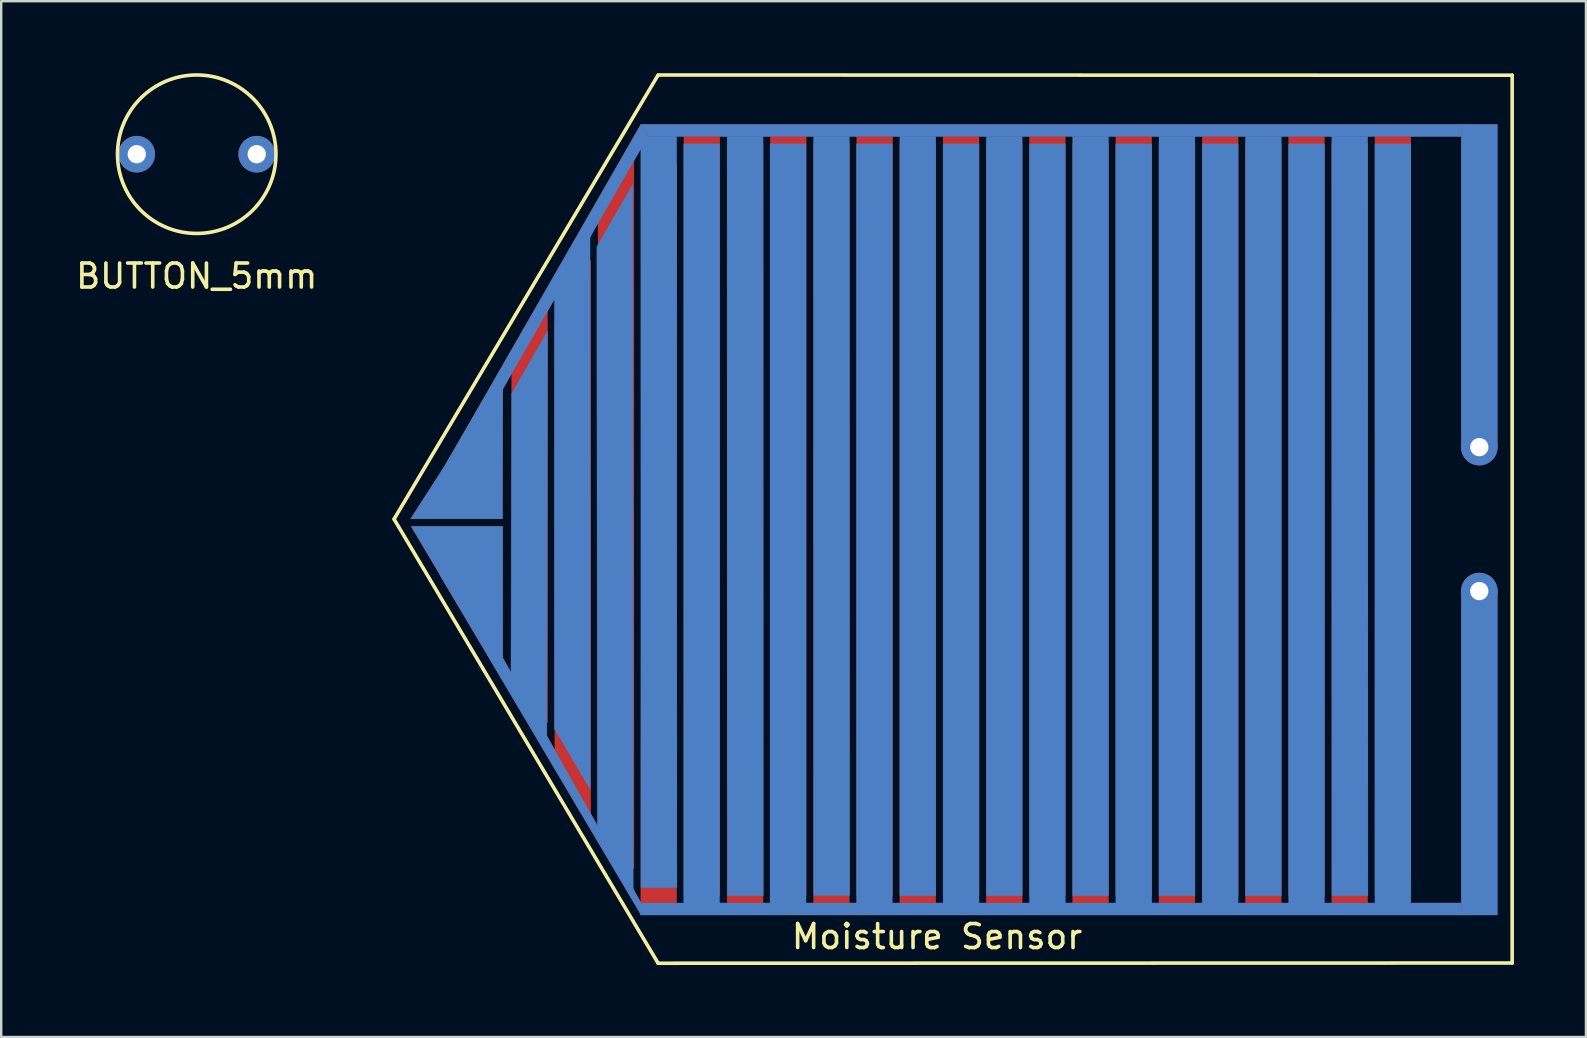
<source format=kicad_pcb>
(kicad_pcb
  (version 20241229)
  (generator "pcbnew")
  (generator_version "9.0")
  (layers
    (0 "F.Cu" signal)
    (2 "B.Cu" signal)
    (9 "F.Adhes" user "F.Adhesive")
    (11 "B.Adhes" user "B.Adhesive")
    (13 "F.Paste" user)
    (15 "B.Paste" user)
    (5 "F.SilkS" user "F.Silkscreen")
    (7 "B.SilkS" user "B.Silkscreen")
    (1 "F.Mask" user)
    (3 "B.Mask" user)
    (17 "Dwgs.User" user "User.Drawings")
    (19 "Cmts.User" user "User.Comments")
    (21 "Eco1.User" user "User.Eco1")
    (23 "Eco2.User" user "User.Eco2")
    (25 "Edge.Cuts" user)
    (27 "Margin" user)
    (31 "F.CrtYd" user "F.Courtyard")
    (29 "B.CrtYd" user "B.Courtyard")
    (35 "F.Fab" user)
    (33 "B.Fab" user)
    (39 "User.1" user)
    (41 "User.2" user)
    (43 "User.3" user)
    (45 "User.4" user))
  (footprint "Moisture Sensor"
    (layer "F.Cu")
    (at 34.773 16.985)
    (property "Reference" "Moisture Sensor" (at 1.23 19 0) (layer "F.SilkS") (effects (font (size 1 1) (thickness 0.15))))
    (attr through_hole)
    (fp_poly (pts (xy -16.87 8.32) (xy -20.69 1.9) (xy -16.87 1.9)) (stroke (width 0.01) (type solid)) (fill yes) (layer "F.Cu"))
    (fp_poly (pts (xy -19.3 -0.6) (xy -20.71 1.59) (xy -16.88 1.59) (xy -16.87 -4.76)) (stroke (width 0.01) (type solid)) (fill yes) (layer "F.Cu"))
    (fp_poly (pts (xy -16.5 7.4) (xy -15 10.1) (xy -15 -7.6) (xy -16.5 -5.1)) (stroke (width 0.01) (type solid)) (fill yes) (layer "F.Cu"))
    (fp_poly (pts (xy -14.7 11.7) (xy -13.2 14.2) (xy -13.2 -9.2) (xy -14.7 -6.61)) (stroke (width 0.01) (type solid)) (fill yes) (layer "F.Cu"))
    (fp_poly (pts (xy -12.9 13.5) (xy -11.4 16.2) (xy -11.4 -13.8) (xy -12.9 -11.3)) (stroke (width 0.01) (type solid)) (fill yes) (layer "F.Cu"))
    (fp_poly (pts (xy -11.13 18.1) (xy 23.08 18.1) (xy 23.08 17.6) (xy -11.13 17.6)) (stroke (width 0.01) (type solid)) (fill yes) (layer "F.Cu"))
    (fp_poly (pts (xy -11.12 17.69) (xy -9.62 17.69) (xy -9.61 -13.19) (xy -11.08 -13.19)) (stroke (width 0.01) (type solid)) (fill yes) (layer "F.Cu"))
    (fp_poly (pts (xy -11.1 17.6) (xy -11.1 18.1) (xy -19.5 3.9) (xy -19 3.6)) (stroke (width 0.01) (type solid)) (fill yes) (layer "F.Cu"))
    (fp_poly (pts (xy -10.82 -14.35) (xy -11.12 -14.84) (xy -19.52 -0.2) (xy -19.12 0.1)) (stroke (width 0.01) (type solid)) (fill yes) (layer "F.Cu"))
    (fp_poly (pts (xy -10.61 -14.35) (xy 23.08 -14.35) (xy 23.08 -14.85) (xy -10.61 -14.85)) (stroke (width 0.01) (type solid)) (fill yes) (layer "F.Cu"))
    (fp_poly (pts (xy -9.32 17.3) (xy -7.82 17.3) (xy -7.82 -14.35) (xy -9.32 -14.35)) (stroke (width 0.01) (type solid)) (fill yes) (layer "F.Cu"))
    (fp_poly (pts (xy -7.52 17.69) (xy -6.02 17.69) (xy -6.02 -14.06) (xy -7.52 -14.06)) (stroke (width 0.01) (type solid)) (fill yes) (layer "F.Cu"))
    (fp_poly (pts (xy -5.72 17.3) (xy -4.22 17.3) (xy -4.22 -14.35) (xy -5.72 -14.35)) (stroke (width 0.01) (type solid)) (fill yes) (layer "F.Cu"))
    (fp_poly (pts (xy -3.92 17.69) (xy -2.42 17.69) (xy -2.42 -14.06) (xy -3.92 -14.06)) (stroke (width 0.01) (type solid)) (fill yes) (layer "F.Cu"))
    (fp_poly (pts (xy -2.12 17.3) (xy -0.62 17.3) (xy -0.62 -14.35) (xy -2.12 -14.35)) (stroke (width 0.01) (type solid)) (fill yes) (layer "F.Cu"))
    (fp_poly (pts (xy -0.32 17.69) (xy 1.18 17.69) (xy 1.18 -14.06) (xy -0.32 -14.06)) (stroke (width 0.01) (type solid)) (fill yes) (layer "F.Cu"))
    (fp_poly (pts (xy 1.48 17.3) (xy 2.98 17.3) (xy 2.98 -14.35) (xy 1.48 -14.35)) (stroke (width 0.01) (type solid)) (fill yes) (layer "F.Cu"))
    (fp_poly (pts (xy 3.28 17.69) (xy 4.78 17.69) (xy 4.78 -14.06) (xy 3.28 -14.06)) (stroke (width 0.01) (type solid)) (fill yes) (layer "F.Cu"))
    (fp_poly (pts (xy 5.08 17.3) (xy 6.58 17.3) (xy 6.58 -14.35) (xy 5.08 -14.35)) (stroke (width 0.01) (type solid)) (fill yes) (layer "F.Cu"))
    (fp_poly (pts (xy 6.88 17.7) (xy 8.38 17.7) (xy 8.38 -14.05) (xy 6.88 -14.05)) (stroke (width 0.01) (type solid)) (fill yes) (layer "F.Cu"))
    (fp_poly (pts (xy 8.68 17.3) (xy 10.18 17.3) (xy 10.18 -14.35) (xy 8.68 -14.35)) (stroke (width 0.01) (type solid)) (fill yes) (layer "F.Cu"))
    (fp_poly (pts (xy 10.48 17.7) (xy 11.98 17.7) (xy 11.98 -14.05) (xy 10.48 -14.05)) (stroke (width 0.01) (type solid)) (fill yes) (layer "F.Cu"))
    (fp_poly (pts (xy 12.28 17.3) (xy 13.78 17.3) (xy 13.78 -14.35) (xy 12.28 -14.35)) (stroke (width 0.01) (type solid)) (fill yes) (layer "F.Cu"))
    (fp_poly (pts (xy 14.08 17.7) (xy 15.58 17.7) (xy 15.58 -14.05) (xy 14.08 -14.05)) (stroke (width 0.01) (type solid)) (fill yes) (layer "F.Cu"))
    (fp_poly (pts (xy 15.88 17.3) (xy 17.38 17.3) (xy 17.38 -14.35) (xy 15.88 -14.35)) (stroke (width 0.01) (type solid)) (fill yes) (layer "F.Cu"))
    (fp_poly (pts (xy 17.68 17.7) (xy 19.18 17.7) (xy 19.18 -14.05) (xy 17.68 -14.05)) (stroke (width 0.01) (type solid)) (fill yes) (layer "F.Cu"))
    (fp_poly (pts (xy 19.48 17.3) (xy 20.98 17.3) (xy 20.98 -14.35) (xy 19.48 -14.35)) (stroke (width 0.01) (type solid)) (fill yes) (layer "F.Cu"))
    (fp_poly (pts (xy 23.08 -1.4) (xy 24.58 -1.4) (xy 24.58 -14.85) (xy 23.08 -14.85)) (stroke (width 0.01) (type solid)) (fill yes) (layer "F.Cu"))
    (fp_poly (pts (xy 23.08 18.1) (xy 24.58 18.1) (xy 24.58 4.55) (xy 23.08 4.55)) (stroke (width 0.01) (type solid)) (fill yes) (layer "F.Cu"))
    (fp_poly (pts (xy -10.82 -14.35) (xy -10.61 -14.35) (xy -10.61 -14.85) (xy -11.12 -14.85) (xy -11.13 -14.83)) (stroke (width 0.01) (type solid)) (fill yes) (layer "F.Cu"))
    (fp_poly (pts (xy -16.87 8.32) (xy -20.69 1.9) (xy -16.87 1.9)) (stroke (width 0.01) (type solid)) (fill yes) (layer "B.Cu"))
    (fp_poly (pts (xy -19.3 -0.6) (xy -20.71 1.59) (xy -16.88 1.59) (xy -16.87 -4.76)) (stroke (width 0.01) (type solid)) (fill yes) (layer "B.Cu"))
    (fp_poly (pts (xy -16.53 8.45) (xy -15.03 11.04) (xy -15 -6.24) (xy -16.5 -3.63)) (stroke (width 0.01) (type solid)) (fill yes) (layer "B.Cu"))
    (fp_poly (pts (xy -14.72 10.33) (xy -13.22 12.87) (xy -13.23 -10.46) (xy -14.72 -7.99)) (stroke (width 0.01) (type solid)) (fill yes) (layer "B.Cu"))
    (fp_poly (pts (xy -12.93 14.75) (xy -11.43 17.34) (xy -11.45 -12.36) (xy -12.95 -9.75)) (stroke (width 0.01) (type solid)) (fill yes) (layer "B.Cu"))
    (fp_poly (pts (xy -11.13 18.1) (xy 23.08 18.1) (xy 23.08 17.6) (xy -11.13 17.6)) (stroke (width 0.01) (type solid)) (fill yes) (layer "B.Cu"))
    (fp_poly (pts (xy -11.11 16.96) (xy -9.61 16.96) (xy -9.62 -14.35) (xy -11.12 -14.35)) (stroke (width 0.01) (type solid)) (fill yes) (layer "B.Cu"))
    (fp_poly (pts (xy -11.11 17.59) (xy -11.11 18.09) (xy -19.51 3.89) (xy -19.01 3.59)) (stroke (width 0.01) (type solid)) (fill yes) (layer "B.Cu"))
    (fp_poly (pts (xy -10.82 -14.35) (xy -11.12 -14.84) (xy -19.52 -0.2) (xy -19.12 0.1)) (stroke (width 0.01) (type solid)) (fill yes) (layer "B.Cu"))
    (fp_poly (pts (xy -10.61 -14.35) (xy 23.08 -14.35) (xy 23.08 -14.85) (xy -10.61 -14.85)) (stroke (width 0.01) (type solid)) (fill yes) (layer "B.Cu"))
    (fp_poly (pts (xy -9.33 17.6) (xy -7.83 17.6) (xy -7.83 -14.04) (xy -9.33 -14.04)) (stroke (width 0.01) (type solid)) (fill yes) (layer "B.Cu"))
    (fp_poly (pts (xy -7.51 17.3) (xy -6.01 17.3) (xy -6.02 -14.35) (xy -7.52 -14.35)) (stroke (width 0.01) (type solid)) (fill yes) (layer "B.Cu"))
    (fp_poly (pts (xy -5.73 17.6) (xy -4.23 17.6) (xy -4.23 -14.04) (xy -5.73 -14.04)) (stroke (width 0.01) (type solid)) (fill yes) (layer "B.Cu"))
    (fp_poly (pts (xy -3.91 17.29) (xy -2.41 17.29) (xy -2.42 -14.35) (xy -3.92 -14.35)) (stroke (width 0.01) (type solid)) (fill yes) (layer "B.Cu"))
    (fp_poly (pts (xy -2.13 17.6) (xy -0.63 17.6) (xy -0.63 -14.04) (xy -2.13 -14.04)) (stroke (width 0.01) (type solid)) (fill yes) (layer "B.Cu"))
    (fp_poly (pts (xy -0.32 17.3) (xy 1.18 17.3) (xy 1.18 -14.35) (xy -0.32 -14.35)) (stroke (width 0.01) (type solid)) (fill yes) (layer "B.Cu"))
    (fp_poly (pts (xy 1.48 17.6) (xy 2.98 17.6) (xy 2.98 -14.04) (xy 1.48 -14.04)) (stroke (width 0.01) (type solid)) (fill yes) (layer "B.Cu"))
    (fp_poly (pts (xy 3.28 17.3) (xy 4.78 17.3) (xy 4.78 -14.35) (xy 3.28 -14.35)) (stroke (width 0.01) (type solid)) (fill yes) (layer "B.Cu"))
    (fp_poly (pts (xy 5.08 17.6) (xy 6.58 17.6) (xy 6.58 -14.04) (xy 5.08 -14.04)) (stroke (width 0.01) (type solid)) (fill yes) (layer "B.Cu"))
    (fp_poly (pts (xy 6.88 17.3) (xy 8.38 17.3) (xy 8.38 -14.35) (xy 6.88 -14.35)) (stroke (width 0.01) (type solid)) (fill yes) (layer "B.Cu"))
    (fp_poly (pts (xy 8.68 17.6) (xy 10.18 17.6) (xy 10.18 -14.04) (xy 8.68 -14.04)) (stroke (width 0.01) (type solid)) (fill yes) (layer "B.Cu"))
    (fp_poly (pts (xy 10.48 17.3) (xy 11.98 17.3) (xy 11.98 -14.35) (xy 10.48 -14.35)) (stroke (width 0.01) (type solid)) (fill yes) (layer "B.Cu"))
    (fp_poly (pts (xy 12.28 17.6) (xy 13.78 17.6) (xy 13.78 -14.04) (xy 12.28 -14.04)) (stroke (width 0.01) (type solid)) (fill yes) (layer "B.Cu"))
    (fp_poly (pts (xy 14.08 17.3) (xy 15.58 17.3) (xy 15.58 -14.35) (xy 14.08 -14.35)) (stroke (width 0.01) (type solid)) (fill yes) (layer "B.Cu"))
    (fp_poly (pts (xy 15.88 17.6) (xy 17.38 17.6) (xy 17.38 -14.04) (xy 15.88 -14.04)) (stroke (width 0.01) (type solid)) (fill yes) (layer "B.Cu"))
    (fp_poly (pts (xy 17.69 17.3) (xy 19.19 17.3) (xy 19.18 -14.35) (xy 17.68 -14.35)) (stroke (width 0.01) (type solid)) (fill yes) (layer "B.Cu"))
    (fp_poly (pts (xy 19.48 17.6) (xy 20.98 17.6) (xy 20.98 -14.04) (xy 19.48 -14.04)) (stroke (width 0.01) (type solid)) (fill yes) (layer "B.Cu"))
    (fp_poly (pts (xy 23.08 -1.4) (xy 24.58 -1.4) (xy 24.58 -14.85) (xy 23.08 -14.85)) (stroke (width 0.01) (type solid)) (fill yes) (layer "B.Cu"))
    (fp_poly (pts (xy 23.08 18.1) (xy 24.58 18.1) (xy 24.58 4.55) (xy 23.08 4.55)) (stroke (width 0.01) (type solid)) (fill yes) (layer "B.Cu"))
    (fp_poly (pts (xy -10.61 -14.85) (xy -11.11 -14.85) (xy -11.12 -14.84) (xy -10.82 -14.34) (xy -10.61 -14.35)) (stroke (width 0.01) (type solid)) (fill yes) (layer "B.Cu"))
    (fp_line (start -21.4 1.6) (end -10.4 -16.9) (stroke (width 0.15) (type solid)) (layer "F.SilkS"))
    (fp_line (start -21.4 1.6) (end -10.4 20.1) (stroke (width 0.15) (type solid)) (layer "F.SilkS"))
    (fp_line (start -10.4 20.11) (end 25.2 20.1) (stroke (width 0.15) (type solid)) (layer "F.SilkS"))
    (fp_line (start 25.2 -16.9) (end -10.38 -16.91) (stroke (width 0.15) (type solid)) (layer "F.SilkS"))
    (fp_line (start 25.2 20.1) (end 25.2 -16.9) (stroke (width 0.15) (type solid)) (layer "F.SilkS"))
    (pad "1" thru_hole circle (at 23.83 -1.4) (size 1.524 1.524) (drill 0.762) (layers "*.Cu" "*.Mask"))
    (pad "2" thru_hole circle (at 23.83 4.6) (size 1.524 1.524) (drill 0.762) (layers "*.Cu" "*.Mask")))
  (footprint "BUTTON_5mm"
    (layer "F.Cu")
    (at 5.149 3.377)
    (property "Reference" "BUTTON_5mm" (at 0 5.08 0) (layer "F.SilkS") (effects (font (size 1 1) (thickness 0.15))))
    (attr through_hole)
    (fp_circle (center 0 0) (end 3.048 -1.27) (stroke (width 0.15) (type solid)) (fill no) (layer "F.SilkS"))
    (pad "1" thru_hole circle (at -2.5 0) (size 1.524 1.524) (drill 0.762) (layers "*.Cu" "*.Mask"))
    (pad "2" thru_hole circle (at 2.5 0) (size 1.524 1.524) (drill 0.762) (layers "*.Cu" "*.Mask")))
  (gr_rect
    (start -3 -3)
    (end 63.048 40.17)
    (stroke (width 0.1) (type default))
    (fill no)
    (layer "Edge.Cuts")))
</source>
